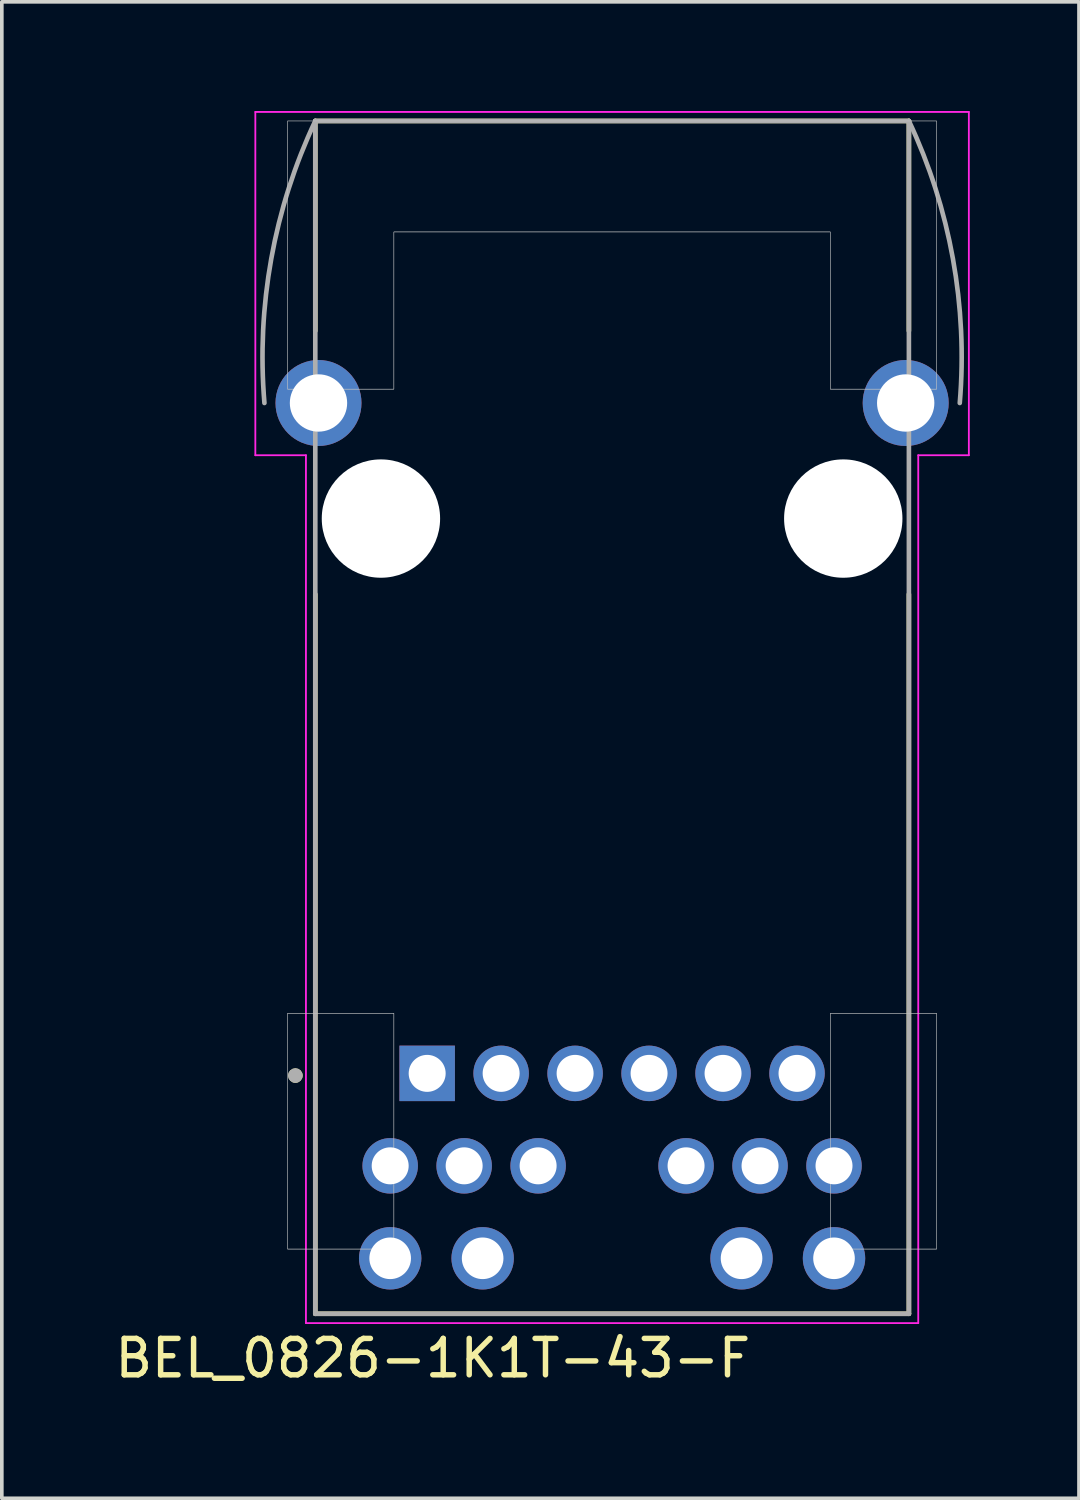
<source format=kicad_pcb>
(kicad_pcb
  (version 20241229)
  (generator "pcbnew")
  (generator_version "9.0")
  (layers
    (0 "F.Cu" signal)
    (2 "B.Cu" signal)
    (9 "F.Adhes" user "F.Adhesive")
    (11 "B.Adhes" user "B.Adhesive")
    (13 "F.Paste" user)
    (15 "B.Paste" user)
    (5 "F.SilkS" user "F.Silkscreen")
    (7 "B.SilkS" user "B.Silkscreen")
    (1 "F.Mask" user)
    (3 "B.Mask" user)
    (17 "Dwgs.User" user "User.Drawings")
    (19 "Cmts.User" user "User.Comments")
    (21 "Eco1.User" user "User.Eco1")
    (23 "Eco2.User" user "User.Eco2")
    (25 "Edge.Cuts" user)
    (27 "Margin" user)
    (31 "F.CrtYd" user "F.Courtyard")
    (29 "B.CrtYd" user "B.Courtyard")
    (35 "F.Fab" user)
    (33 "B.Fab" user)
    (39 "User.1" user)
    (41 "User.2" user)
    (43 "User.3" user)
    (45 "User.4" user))
  (footprint "BEL_0826-1K1T-43-F"
    (layer "F.Cu")
    (at 13.764 11.195)
    (property "Reference" "BEL_0826-1K1T-43-F" (at -4.925 23.065 0) (layer "F.SilkS") (effects (font (size 1 1) (thickness 0.15))))
    (attr through_hole)
    (fp_line (start -8.153 -5.156) (end -8.153 -10.922) (stroke (width 0.127) (type solid)) (layer "F.SilkS"))
    (fp_line (start -8.153 21.844) (end -8.153 2.078) (stroke (width 0.127) (type solid)) (layer "F.SilkS"))
    (fp_line (start -8.153 21.844) (end 8.153 21.844) (stroke (width 0.127) (type solid)) (layer "F.SilkS"))
    (fp_line (start 8.153 -10.922) (end -8.153 -10.922) (stroke (width 0.127) (type solid)) (layer "F.SilkS"))
    (fp_line (start 8.153 -5.156) (end 8.153 -10.922) (stroke (width 0.127) (type solid)) (layer "F.SilkS"))
    (fp_line (start 8.153 21.844) (end 8.153 2.078) (stroke (width 0.127) (type solid)) (layer "F.SilkS"))
    (fp_circle (center -8.7 15.3) (end -8.6 15.3) (stroke (width 0.2) (type solid)) (fill no) (layer "F.SilkS"))
    (fp_poly (pts (xy -8.915 13.589) (xy -5.994 13.589) (xy -5.994 20.066) (xy -8.915 20.066)) (stroke (width 0.01) (type solid)) (fill no) (layer "Dwgs.User"))
    (fp_poly (pts (xy -8.915 13.589) (xy -5.994 13.589) (xy -5.994 20.066) (xy -8.915 20.066)) (stroke (width 0.01) (type solid)) (fill no) (layer "Dwgs.User"))
    (fp_poly (pts (xy 5.994 13.589) (xy 8.915 13.589) (xy 8.915 20.066) (xy 5.994 20.066)) (stroke (width 0.01) (type solid)) (fill no) (layer "Dwgs.User"))
    (fp_poly (pts (xy 5.994 13.589) (xy 8.915 13.589) (xy 8.915 20.066) (xy 5.994 20.066)) (stroke (width 0.01) (type solid)) (fill no) (layer "Dwgs.User"))
    (fp_poly (pts (xy -8.915 -3.556) (xy -5.994 -3.556) (xy -5.994 -7.874) (xy 5.994 -7.874) (xy 5.994 -3.556) (xy 8.915 -3.556) (xy 8.915 -10.922) (xy -8.915 -10.922)) (stroke (width 0.01) (type solid)) (fill no) (layer "Dwgs.User"))
    (fp_poly (pts (xy -8.915 -3.556) (xy -5.994 -3.556) (xy -5.994 -7.874) (xy 5.994 -7.874) (xy 5.994 -3.556) (xy 8.915 -3.556) (xy 8.915 -10.922) (xy -8.915 -10.922)) (stroke (width 0.01) (type solid)) (fill no) (layer "Dwgs.User"))
    (fp_line (start -9.8 -11.17) (end 9.8 -11.17) (stroke (width 0.05) (type solid)) (layer "F.CrtYd"))
    (fp_line (start -9.8 -1.74) (end -9.8 -11.17) (stroke (width 0.05) (type solid)) (layer "F.CrtYd"))
    (fp_line (start -8.41 -1.74) (end -9.8 -1.74) (stroke (width 0.05) (type solid)) (layer "F.CrtYd"))
    (fp_line (start -8.41 22.1) (end -8.41 -1.74) (stroke (width 0.05) (type solid)) (layer "F.CrtYd"))
    (fp_line (start 8.41 -1.74) (end 8.41 22.1) (stroke (width 0.05) (type solid)) (layer "F.CrtYd"))
    (fp_line (start 8.41 22.1) (end -8.41 22.1) (stroke (width 0.05) (type solid)) (layer "F.CrtYd"))
    (fp_line (start 9.8 -11.17) (end 9.8 -1.74) (stroke (width 0.05) (type solid)) (layer "F.CrtYd"))
    (fp_line (start 9.8 -1.74) (end 8.41 -1.74) (stroke (width 0.05) (type solid)) (layer "F.CrtYd"))
    (fp_line (start -8.153 -10.922) (end -8.153 21.844) (stroke (width 0.127) (type solid)) (layer "F.Fab"))
    (fp_line (start -8.153 21.844) (end 8.153 21.844) (stroke (width 0.127) (type solid)) (layer "F.Fab"))
    (fp_line (start 8.153 -10.922) (end -8.153 -10.922) (stroke (width 0.127) (type solid)) (layer "F.Fab"))
    (fp_line (start 8.153 21.844) (end 8.153 -10.922) (stroke (width 0.127) (type solid)) (layer "F.Fab"))
    (fp_arc (start -9.5504 -3.175) (mid -9.361856 -7.140459) (end -8.1534 -10.922) (stroke (width 0.127) (type solid)) (layer "F.Fab"))
    (fp_arc (start 8.1534 -10.922) (mid 9.361856 -7.140459) (end 9.5504 -3.175) (stroke (width 0.127) (type solid)) (layer "F.Fab"))
    (fp_circle (center -8.7 15.3) (end -8.6 15.3) (stroke (width 0.2) (type solid)) (fill no) (layer "F.Fab"))
    (pad "" np_thru_hole circle (at -6.35 0) (size 3.251 3.251) (drill 3.251) (layers "*.Cu" "*.Mask"))
    (pad "" np_thru_hole circle (at 6.35 0) (size 3.251 3.251) (drill 3.251) (layers "*.Cu" "*.Mask"))
    (pad "1" thru_hole rect (at -5.08 15.24) (size 1.524 1.524) (drill 1.016) (layers "*.Cu" "*.Mask"))
    (pad "2" thru_hole circle (at -3.048 15.24) (size 1.524 1.524) (drill 1.016) (layers "*.Cu" "*.Mask"))
    (pad "3" thru_hole circle (at -1.016 15.24) (size 1.524 1.524) (drill 1.016) (layers "*.Cu" "*.Mask"))
    (pad "4" thru_hole circle (at 1.016 15.24) (size 1.524 1.524) (drill 1.016) (layers "*.Cu" "*.Mask"))
    (pad "5" thru_hole circle (at 3.048 15.24) (size 1.524 1.524) (drill 1.016) (layers "*.Cu" "*.Mask"))
    (pad "6" thru_hole circle (at 5.08 15.24) (size 1.524 1.524) (drill 1.016) (layers "*.Cu" "*.Mask"))
    (pad "7" thru_hole circle (at -6.096 17.78) (size 1.524 1.524) (drill 1.016) (layers "*.Cu" "*.Mask"))
    (pad "8" thru_hole circle (at -4.064 17.78) (size 1.524 1.524) (drill 1.016) (layers "*.Cu" "*.Mask"))
    (pad "9" thru_hole circle (at -2.032 17.78) (size 1.524 1.524) (drill 1.016) (layers "*.Cu" "*.Mask"))
    (pad "10" thru_hole circle (at 2.032 17.78) (size 1.524 1.524) (drill 1.016) (layers "*.Cu" "*.Mask"))
    (pad "11" thru_hole circle (at 4.064 17.78) (size 1.524 1.524) (drill 1.016) (layers "*.Cu" "*.Mask"))
    (pad "12" thru_hole circle (at 6.096 17.78) (size 1.524 1.524) (drill 1.016) (layers "*.Cu" "*.Mask"))
    (pad "13" thru_hole circle (at -6.096 20.32) (size 1.714 1.714) (drill 1.143) (layers "*.Cu" "*.Mask"))
    (pad "14" thru_hole circle (at -3.556 20.32) (size 1.714 1.714) (drill 1.143) (layers "*.Cu" "*.Mask"))
    (pad "15" thru_hole circle (at 3.556 20.32) (size 1.714 1.714) (drill 1.143) (layers "*.Cu" "*.Mask"))
    (pad "16" thru_hole circle (at 6.096 20.32) (size 1.714 1.714) (drill 1.143) (layers "*.Cu" "*.Mask"))
    (pad "S1" thru_hole circle (at -8.065 -3.175) (size 2.362 2.362) (drill 1.575) (layers "*.Cu" "*.Mask"))
    (pad "S2" thru_hole circle (at 8.065 -3.175) (size 2.362 2.362) (drill 1.575) (layers "*.Cu" "*.Mask")))
  (gr_rect
    (start -3 -3)
    (end 26.589 38.108)
    (stroke (width 0.1) (type default))
    (fill no)
    (layer "Edge.Cuts")))
</source>
